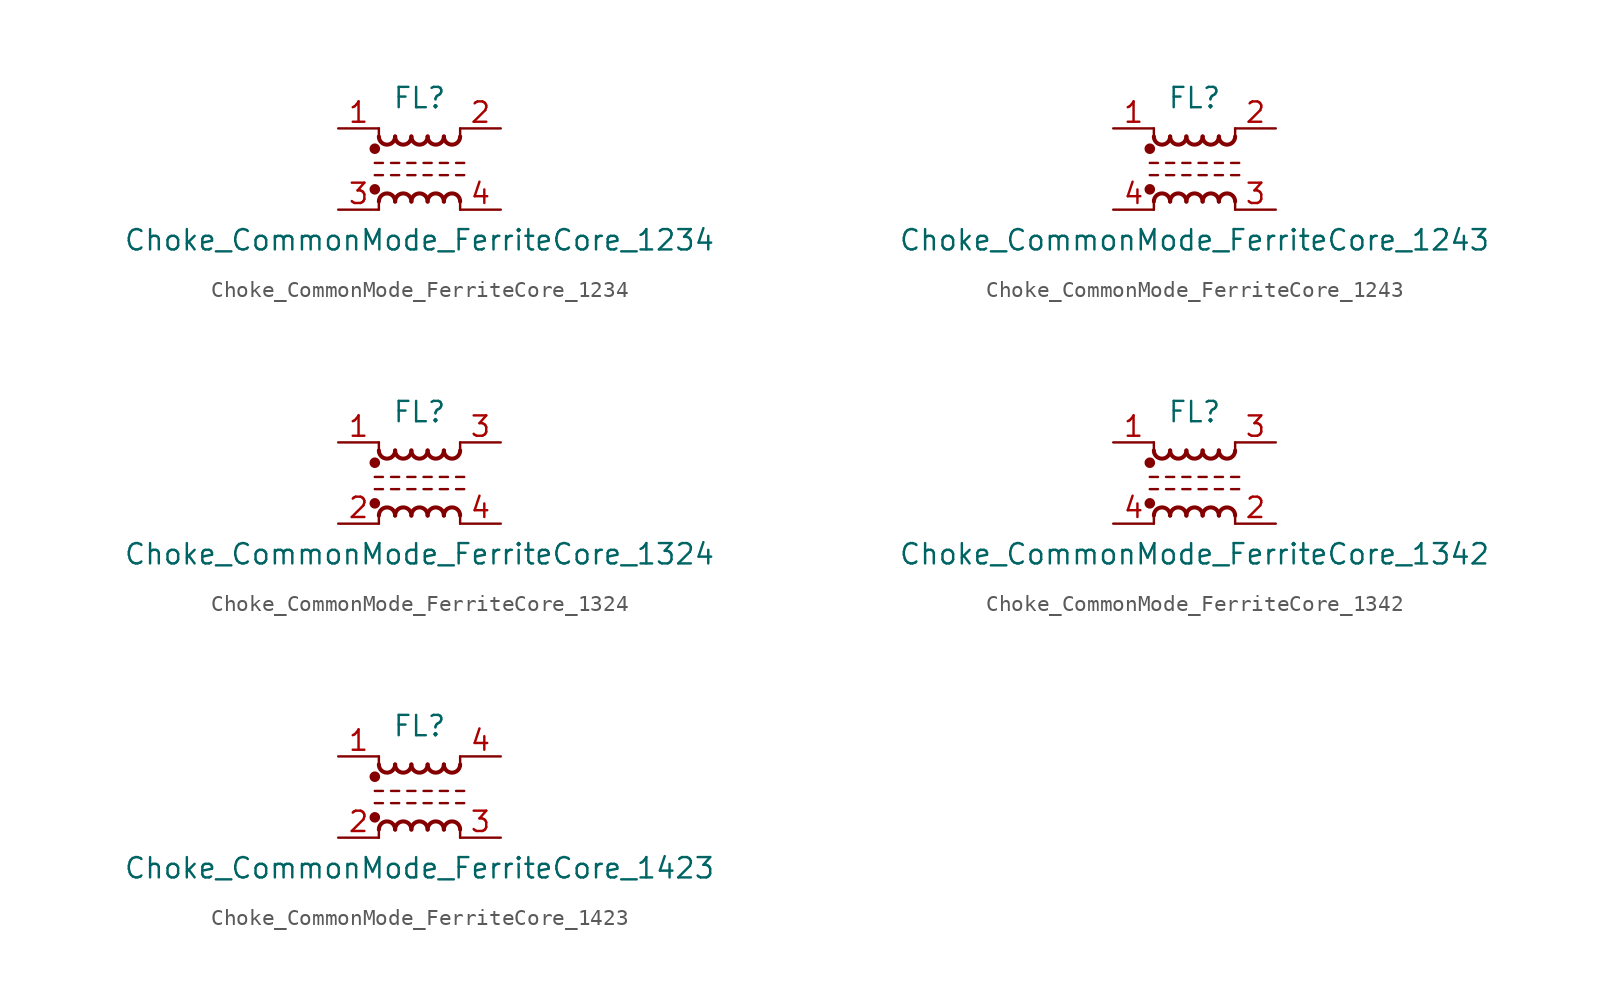
<source format=kicad_sym>
(kicad_symbol_lib
  (version 20241209)
  (generator "kicad_symbol_editor")
  (generator_version "9.0")
  (symbol "Choke_CommonMode_FerriteCore_1234"
    (pin_names
      (offset 0.254)
      (hide yes))
    (property "Reference" "FL"
      (at 0 4.445 0)
      (effects (font (size 1.27 1.27))))
    (property "Value" "Choke_CommonMode_FerriteCore_1234"
      (at 0 -4.445 0)
      (effects (font (size 1.27 1.27))))
    (symbol "Choke_CommonMode_FerriteCore_1234_0_1"
      (circle (center -2.794 1.27) (radius 0.254) (stroke (width 0) (type default)) (fill (type outline)))
      (polyline (pts (xy -2.794 0.381) (xy -2.286 0.381)) (stroke (width 0) (type default)) (fill (type none)))
      (polyline (pts (xy -2.794 -0.381) (xy -2.286 -0.381)) (stroke (width 0) (type default)) (fill (type none)))
      (circle (center -2.794 -1.27) (radius 0.254) (stroke (width 0) (type default)) (fill (type outline)))
      (polyline (pts (xy -2.54 2.032) (xy -2.54 2.54)) (stroke (width 0) (type default)) (fill (type none)))
      (polyline (pts (xy -2.54 -2.032) (xy -2.54 -2.54)) (stroke (width 0) (type default)) (fill (type none)))
      (arc (start -1.524 2.032) (mid -2.032 1.5262) (end -2.54 2.032) (stroke (width 0.254) (type default)) (fill (type none)))
      (arc (start -2.54 -2.032) (mid -2.032 -1.5262) (end -1.524 -2.032) (stroke (width 0.254) (type default)) (fill (type none)))
      (polyline (pts (xy -1.778 0.381) (xy -1.27 0.381)) (stroke (width 0) (type default)) (fill (type none)))
      (polyline (pts (xy -1.778 -0.381) (xy -1.27 -0.381)) (stroke (width 0) (type default)) (fill (type none)))
      (arc (start -0.508 2.032) (mid -1.016 1.5262) (end -1.524 2.032) (stroke (width 0.254) (type default)) (fill (type none)))
      (arc (start -1.524 -2.032) (mid -1.016 -1.5262) (end -0.508 -2.032) (stroke (width 0.254) (type default)) (fill (type none)))
      (polyline (pts (xy -0.762 0.381) (xy -0.254 0.381)) (stroke (width 0) (type default)) (fill (type none)))
      (polyline (pts (xy -0.762 -0.381) (xy -0.254 -0.381)) (stroke (width 0) (type default)) (fill (type none)))
      (arc (start 0.508 2.032) (mid 0 1.5262) (end -0.508 2.032) (stroke (width 0.254) (type default)) (fill (type none)))
      (arc (start -0.508 -2.032) (mid 0 -1.5262) (end 0.508 -2.032) (stroke (width 0.254) (type default)) (fill (type none)))
      (polyline (pts (xy 0.254 0.381) (xy 0.762 0.381)) (stroke (width 0) (type default)) (fill (type none)))
      (polyline (pts (xy 0.254 -0.381) (xy 0.762 -0.381)) (stroke (width 0) (type default)) (fill (type none)))
      (arc (start 1.524 2.032) (mid 1.016 1.5262) (end 0.508 2.032) (stroke (width 0.254) (type default)) (fill (type none)))
      (arc (start 0.508 -2.032) (mid 1.016 -1.5262) (end 1.524 -2.032) (stroke (width 0.254) (type default)) (fill (type none)))
      (polyline (pts (xy 1.27 0.381) (xy 1.778 0.381)) (stroke (width 0) (type default)) (fill (type none)))
      (polyline (pts (xy 1.27 -0.381) (xy 1.778 -0.381)) (stroke (width 0) (type default)) (fill (type none)))
      (arc (start 2.54 2.032) (mid 2.032 1.5262) (end 1.524 2.032) (stroke (width 0.254) (type default)) (fill (type none)))
      (arc (start 1.524 -2.032) (mid 2.032 -1.5262) (end 2.54 -2.032) (stroke (width 0.254) (type default)) (fill (type none)))
      (polyline (pts (xy 2.286 0.381) (xy 2.794 0.381)) (stroke (width 0) (type default)) (fill (type none)))
      (polyline (pts (xy 2.286 -0.381) (xy 2.794 -0.381)) (stroke (width 0) (type default)) (fill (type none)))
      (polyline (pts (xy 2.54 2.54) (xy 2.54 2.032)) (stroke (width 0) (type default)) (fill (type none)))
      (polyline (pts (xy 2.54 -2.032) (xy 2.54 -2.54)) (stroke (width 0) (type default)) (fill (type none))))
    (symbol "Choke_CommonMode_FerriteCore_1234_1_1"
      (pin passive line (at -5.08 2.54 0) (length 2.54) (name "1" (effects (font (size 1.27 1.27)))) (number "1" (effects (font (size 1.27 1.27)))))
      (pin passive line (at -5.08 -2.54 0) (length 2.54) (name "3" (effects (font (size 1.27 1.27)))) (number "3" (effects (font (size 1.27 1.27)))))
      (pin passive line (at 5.08 2.54 180) (length 2.54) (name "2" (effects (font (size 1.27 1.27)))) (number "2" (effects (font (size 1.27 1.27)))))
      (pin passive line (at 5.08 -2.54 180) (length 2.54) (name "4" (effects (font (size 1.27 1.27)))) (number "4" (effects (font (size 1.27 1.27)))))))
  (symbol "Choke_CommonMode_FerriteCore_1243"
    (pin_names
      (offset 0.254)
      (hide yes))
    (property "Reference" "FL"
      (at 0 4.445 0)
      (effects (font (size 1.27 1.27))))
    (property "Value" "Choke_CommonMode_FerriteCore_1243"
      (at 0 -4.445 0)
      (effects (font (size 1.27 1.27))))
    (symbol "Choke_CommonMode_FerriteCore_1243_0_1"
      (circle (center -2.794 1.27) (radius 0.254) (stroke (width 0) (type default)) (fill (type outline)))
      (polyline (pts (xy -2.794 0.381) (xy -2.286 0.381)) (stroke (width 0) (type default)) (fill (type none)))
      (polyline (pts (xy -2.794 -0.381) (xy -2.286 -0.381)) (stroke (width 0) (type default)) (fill (type none)))
      (circle (center -2.794 -1.27) (radius 0.254) (stroke (width 0) (type default)) (fill (type outline)))
      (polyline (pts (xy -2.54 2.032) (xy -2.54 2.54)) (stroke (width 0) (type default)) (fill (type none)))
      (polyline (pts (xy -2.54 -2.032) (xy -2.54 -2.54)) (stroke (width 0) (type default)) (fill (type none)))
      (arc (start -1.524 2.032) (mid -2.032 1.5262) (end -2.54 2.032) (stroke (width 0.254) (type default)) (fill (type none)))
      (arc (start -2.54 -2.032) (mid -2.032 -1.5262) (end -1.524 -2.032) (stroke (width 0.254) (type default)) (fill (type none)))
      (polyline (pts (xy -1.778 0.381) (xy -1.27 0.381)) (stroke (width 0) (type default)) (fill (type none)))
      (polyline (pts (xy -1.778 -0.381) (xy -1.27 -0.381)) (stroke (width 0) (type default)) (fill (type none)))
      (arc (start -0.508 2.032) (mid -1.016 1.5262) (end -1.524 2.032) (stroke (width 0.254) (type default)) (fill (type none)))
      (arc (start -1.524 -2.032) (mid -1.016 -1.5262) (end -0.508 -2.032) (stroke (width 0.254) (type default)) (fill (type none)))
      (polyline (pts (xy -0.762 0.381) (xy -0.254 0.381)) (stroke (width 0) (type default)) (fill (type none)))
      (polyline (pts (xy -0.762 -0.381) (xy -0.254 -0.381)) (stroke (width 0) (type default)) (fill (type none)))
      (arc (start 0.508 2.032) (mid 0 1.5262) (end -0.508 2.032) (stroke (width 0.254) (type default)) (fill (type none)))
      (arc (start -0.508 -2.032) (mid 0 -1.5262) (end 0.508 -2.032) (stroke (width 0.254) (type default)) (fill (type none)))
      (polyline (pts (xy 0.254 0.381) (xy 0.762 0.381)) (stroke (width 0) (type default)) (fill (type none)))
      (polyline (pts (xy 0.254 -0.381) (xy 0.762 -0.381)) (stroke (width 0) (type default)) (fill (type none)))
      (arc (start 1.524 2.032) (mid 1.016 1.5262) (end 0.508 2.032) (stroke (width 0.254) (type default)) (fill (type none)))
      (arc (start 0.508 -2.032) (mid 1.016 -1.5262) (end 1.524 -2.032) (stroke (width 0.254) (type default)) (fill (type none)))
      (polyline (pts (xy 1.27 0.381) (xy 1.778 0.381)) (stroke (width 0) (type default)) (fill (type none)))
      (polyline (pts (xy 1.27 -0.381) (xy 1.778 -0.381)) (stroke (width 0) (type default)) (fill (type none)))
      (arc (start 2.54 2.032) (mid 2.032 1.5262) (end 1.524 2.032) (stroke (width 0.254) (type default)) (fill (type none)))
      (arc (start 1.524 -2.032) (mid 2.032 -1.5262) (end 2.54 -2.032) (stroke (width 0.254) (type default)) (fill (type none)))
      (polyline (pts (xy 2.286 0.381) (xy 2.794 0.381)) (stroke (width 0) (type default)) (fill (type none)))
      (polyline (pts (xy 2.286 -0.381) (xy 2.794 -0.381)) (stroke (width 0) (type default)) (fill (type none)))
      (polyline (pts (xy 2.54 2.54) (xy 2.54 2.032)) (stroke (width 0) (type default)) (fill (type none)))
      (polyline (pts (xy 2.54 -2.032) (xy 2.54 -2.54)) (stroke (width 0) (type default)) (fill (type none))))
    (symbol "Choke_CommonMode_FerriteCore_1243_1_1"
      (pin passive line (at -5.08 2.54 0) (length 2.54) (name "1" (effects (font (size 1.27 1.27)))) (number "1" (effects (font (size 1.27 1.27)))))
      (pin passive line (at -5.08 -2.54 0) (length 2.54) (name "4" (effects (font (size 1.27 1.27)))) (number "4" (effects (font (size 1.27 1.27)))))
      (pin passive line (at 5.08 2.54 180) (length 2.54) (name "2" (effects (font (size 1.27 1.27)))) (number "2" (effects (font (size 1.27 1.27)))))
      (pin passive line (at 5.08 -2.54 180) (length 2.54) (name "3" (effects (font (size 1.27 1.27)))) (number "3" (effects (font (size 1.27 1.27)))))))
  (symbol "Choke_CommonMode_FerriteCore_1324"
    (pin_names
      (offset 0.254)
      (hide yes))
    (property "Reference" "FL"
      (at 0 4.445 0)
      (effects (font (size 1.27 1.27))))
    (property "Value" "Choke_CommonMode_FerriteCore_1324"
      (at 0 -4.445 0)
      (effects (font (size 1.27 1.27))))
    (symbol "Choke_CommonMode_FerriteCore_1324_0_1"
      (circle (center -2.794 1.27) (radius 0.254) (stroke (width 0) (type default)) (fill (type outline)))
      (polyline (pts (xy -2.794 0.381) (xy -2.286 0.381)) (stroke (width 0) (type default)) (fill (type none)))
      (polyline (pts (xy -2.794 -0.381) (xy -2.286 -0.381)) (stroke (width 0) (type default)) (fill (type none)))
      (circle (center -2.794 -1.27) (radius 0.254) (stroke (width 0) (type default)) (fill (type outline)))
      (polyline (pts (xy -2.54 2.032) (xy -2.54 2.54)) (stroke (width 0) (type default)) (fill (type none)))
      (polyline (pts (xy -2.54 -2.032) (xy -2.54 -2.54)) (stroke (width 0) (type default)) (fill (type none)))
      (arc (start -1.524 2.032) (mid -2.032 1.5262) (end -2.54 2.032) (stroke (width 0.254) (type default)) (fill (type none)))
      (arc (start -2.54 -2.032) (mid -2.032 -1.5262) (end -1.524 -2.032) (stroke (width 0.254) (type default)) (fill (type none)))
      (polyline (pts (xy -1.778 0.381) (xy -1.27 0.381)) (stroke (width 0) (type default)) (fill (type none)))
      (polyline (pts (xy -1.778 -0.381) (xy -1.27 -0.381)) (stroke (width 0) (type default)) (fill (type none)))
      (arc (start -0.508 2.032) (mid -1.016 1.5262) (end -1.524 2.032) (stroke (width 0.254) (type default)) (fill (type none)))
      (arc (start -1.524 -2.032) (mid -1.016 -1.5262) (end -0.508 -2.032) (stroke (width 0.254) (type default)) (fill (type none)))
      (polyline (pts (xy -0.762 0.381) (xy -0.254 0.381)) (stroke (width 0) (type default)) (fill (type none)))
      (polyline (pts (xy -0.762 -0.381) (xy -0.254 -0.381)) (stroke (width 0) (type default)) (fill (type none)))
      (arc (start 0.508 2.032) (mid 0 1.5262) (end -0.508 2.032) (stroke (width 0.254) (type default)) (fill (type none)))
      (arc (start -0.508 -2.032) (mid 0 -1.5262) (end 0.508 -2.032) (stroke (width 0.254) (type default)) (fill (type none)))
      (polyline (pts (xy 0.254 0.381) (xy 0.762 0.381)) (stroke (width 0) (type default)) (fill (type none)))
      (polyline (pts (xy 0.254 -0.381) (xy 0.762 -0.381)) (stroke (width 0) (type default)) (fill (type none)))
      (arc (start 1.524 2.032) (mid 1.016 1.5262) (end 0.508 2.032) (stroke (width 0.254) (type default)) (fill (type none)))
      (arc (start 0.508 -2.032) (mid 1.016 -1.5262) (end 1.524 -2.032) (stroke (width 0.254) (type default)) (fill (type none)))
      (polyline (pts (xy 1.27 0.381) (xy 1.778 0.381)) (stroke (width 0) (type default)) (fill (type none)))
      (polyline (pts (xy 1.27 -0.381) (xy 1.778 -0.381)) (stroke (width 0) (type default)) (fill (type none)))
      (arc (start 2.54 2.032) (mid 2.032 1.5262) (end 1.524 2.032) (stroke (width 0.254) (type default)) (fill (type none)))
      (arc (start 1.524 -2.032) (mid 2.032 -1.5262) (end 2.54 -2.032) (stroke (width 0.254) (type default)) (fill (type none)))
      (polyline (pts (xy 2.286 0.381) (xy 2.794 0.381)) (stroke (width 0) (type default)) (fill (type none)))
      (polyline (pts (xy 2.286 -0.381) (xy 2.794 -0.381)) (stroke (width 0) (type default)) (fill (type none)))
      (polyline (pts (xy 2.54 2.54) (xy 2.54 2.032)) (stroke (width 0) (type default)) (fill (type none)))
      (polyline (pts (xy 2.54 -2.032) (xy 2.54 -2.54)) (stroke (width 0) (type default)) (fill (type none))))
    (symbol "Choke_CommonMode_FerriteCore_1324_1_1"
      (pin passive line (at -5.08 2.54 0) (length 2.54) (name "1" (effects (font (size 1.27 1.27)))) (number "1" (effects (font (size 1.27 1.27)))))
      (pin passive line (at -5.08 -2.54 0) (length 2.54) (name "2" (effects (font (size 1.27 1.27)))) (number "2" (effects (font (size 1.27 1.27)))))
      (pin passive line (at 5.08 2.54 180) (length 2.54) (name "3" (effects (font (size 1.27 1.27)))) (number "3" (effects (font (size 1.27 1.27)))))
      (pin passive line (at 5.08 -2.54 180) (length 2.54) (name "4" (effects (font (size 1.27 1.27)))) (number "4" (effects (font (size 1.27 1.27)))))))
  (symbol "Choke_CommonMode_FerriteCore_1342"
    (pin_names
      (offset 0.254)
      (hide yes))
    (property "Reference" "FL"
      (at 0 4.445 0)
      (effects (font (size 1.27 1.27))))
    (property "Value" "Choke_CommonMode_FerriteCore_1342"
      (at 0 -4.445 0)
      (effects (font (size 1.27 1.27))))
    (symbol "Choke_CommonMode_FerriteCore_1342_0_1"
      (circle (center -2.794 1.27) (radius 0.254) (stroke (width 0) (type default)) (fill (type outline)))
      (polyline (pts (xy -2.794 0.381) (xy -2.286 0.381)) (stroke (width 0) (type default)) (fill (type none)))
      (polyline (pts (xy -2.794 -0.381) (xy -2.286 -0.381)) (stroke (width 0) (type default)) (fill (type none)))
      (circle (center -2.794 -1.27) (radius 0.254) (stroke (width 0) (type default)) (fill (type outline)))
      (polyline (pts (xy -2.54 2.032) (xy -2.54 2.54)) (stroke (width 0) (type default)) (fill (type none)))
      (polyline (pts (xy -2.54 -2.032) (xy -2.54 -2.54)) (stroke (width 0) (type default)) (fill (type none)))
      (arc (start -1.524 2.032) (mid -2.032 1.5262) (end -2.54 2.032) (stroke (width 0.254) (type default)) (fill (type none)))
      (arc (start -2.54 -2.032) (mid -2.032 -1.5262) (end -1.524 -2.032) (stroke (width 0.254) (type default)) (fill (type none)))
      (polyline (pts (xy -1.778 0.381) (xy -1.27 0.381)) (stroke (width 0) (type default)) (fill (type none)))
      (polyline (pts (xy -1.778 -0.381) (xy -1.27 -0.381)) (stroke (width 0) (type default)) (fill (type none)))
      (arc (start -0.508 2.032) (mid -1.016 1.5262) (end -1.524 2.032) (stroke (width 0.254) (type default)) (fill (type none)))
      (arc (start -1.524 -2.032) (mid -1.016 -1.5262) (end -0.508 -2.032) (stroke (width 0.254) (type default)) (fill (type none)))
      (polyline (pts (xy -0.762 0.381) (xy -0.254 0.381)) (stroke (width 0) (type default)) (fill (type none)))
      (polyline (pts (xy -0.762 -0.381) (xy -0.254 -0.381)) (stroke (width 0) (type default)) (fill (type none)))
      (arc (start 0.508 2.032) (mid 0 1.5262) (end -0.508 2.032) (stroke (width 0.254) (type default)) (fill (type none)))
      (arc (start -0.508 -2.032) (mid 0 -1.5262) (end 0.508 -2.032) (stroke (width 0.254) (type default)) (fill (type none)))
      (polyline (pts (xy 0.254 0.381) (xy 0.762 0.381)) (stroke (width 0) (type default)) (fill (type none)))
      (polyline (pts (xy 0.254 -0.381) (xy 0.762 -0.381)) (stroke (width 0) (type default)) (fill (type none)))
      (arc (start 1.524 2.032) (mid 1.016 1.5262) (end 0.508 2.032) (stroke (width 0.254) (type default)) (fill (type none)))
      (arc (start 0.508 -2.032) (mid 1.016 -1.5262) (end 1.524 -2.032) (stroke (width 0.254) (type default)) (fill (type none)))
      (polyline (pts (xy 1.27 0.381) (xy 1.778 0.381)) (stroke (width 0) (type default)) (fill (type none)))
      (polyline (pts (xy 1.27 -0.381) (xy 1.778 -0.381)) (stroke (width 0) (type default)) (fill (type none)))
      (arc (start 2.54 2.032) (mid 2.032 1.5262) (end 1.524 2.032) (stroke (width 0.254) (type default)) (fill (type none)))
      (arc (start 1.524 -2.032) (mid 2.032 -1.5262) (end 2.54 -2.032) (stroke (width 0.254) (type default)) (fill (type none)))
      (polyline (pts (xy 2.286 0.381) (xy 2.794 0.381)) (stroke (width 0) (type default)) (fill (type none)))
      (polyline (pts (xy 2.286 -0.381) (xy 2.794 -0.381)) (stroke (width 0) (type default)) (fill (type none)))
      (polyline (pts (xy 2.54 2.54) (xy 2.54 2.032)) (stroke (width 0) (type default)) (fill (type none)))
      (polyline (pts (xy 2.54 -2.032) (xy 2.54 -2.54)) (stroke (width 0) (type default)) (fill (type none))))
    (symbol "Choke_CommonMode_FerriteCore_1342_1_1"
      (pin passive line (at -5.08 2.54 0) (length 2.54) (name "1" (effects (font (size 1.27 1.27)))) (number "1" (effects (font (size 1.27 1.27)))))
      (pin passive line (at -5.08 -2.54 0) (length 2.54) (name "4" (effects (font (size 1.27 1.27)))) (number "4" (effects (font (size 1.27 1.27)))))
      (pin passive line (at 5.08 2.54 180) (length 2.54) (name "3" (effects (font (size 1.27 1.27)))) (number "3" (effects (font (size 1.27 1.27)))))
      (pin passive line (at 5.08 -2.54 180) (length 2.54) (name "2" (effects (font (size 1.27 1.27)))) (number "2" (effects (font (size 1.27 1.27)))))))
  (symbol "Choke_CommonMode_FerriteCore_1423"
    (pin_names
      (offset 0.254)
      (hide yes))
    (property "Reference" "FL"
      (at 0 4.445 0)
      (effects (font (size 1.27 1.27))))
    (property "Value" "Choke_CommonMode_FerriteCore_1423"
      (at 0 -4.445 0)
      (effects (font (size 1.27 1.27))))
    (symbol "Choke_CommonMode_FerriteCore_1423_0_1"
      (circle (center -2.794 1.27) (radius 0.254) (stroke (width 0) (type default)) (fill (type outline)))
      (polyline (pts (xy -2.794 0.381) (xy -2.286 0.381)) (stroke (width 0) (type default)) (fill (type none)))
      (polyline (pts (xy -2.794 -0.381) (xy -2.286 -0.381)) (stroke (width 0) (type default)) (fill (type none)))
      (circle (center -2.794 -1.27) (radius 0.254) (stroke (width 0) (type default)) (fill (type outline)))
      (polyline (pts (xy -2.54 2.032) (xy -2.54 2.54)) (stroke (width 0) (type default)) (fill (type none)))
      (polyline (pts (xy -2.54 -2.032) (xy -2.54 -2.54)) (stroke (width 0) (type default)) (fill (type none)))
      (arc (start -1.524 2.032) (mid -2.032 1.5262) (end -2.54 2.032) (stroke (width 0.254) (type default)) (fill (type none)))
      (arc (start -2.54 -2.032) (mid -2.032 -1.5262) (end -1.524 -2.032) (stroke (width 0.254) (type default)) (fill (type none)))
      (polyline (pts (xy -1.778 0.381) (xy -1.27 0.381)) (stroke (width 0) (type default)) (fill (type none)))
      (polyline (pts (xy -1.778 -0.381) (xy -1.27 -0.381)) (stroke (width 0) (type default)) (fill (type none)))
      (arc (start -0.508 2.032) (mid -1.016 1.5262) (end -1.524 2.032) (stroke (width 0.254) (type default)) (fill (type none)))
      (arc (start -1.524 -2.032) (mid -1.016 -1.5262) (end -0.508 -2.032) (stroke (width 0.254) (type default)) (fill (type none)))
      (polyline (pts (xy -0.762 0.381) (xy -0.254 0.381)) (stroke (width 0) (type default)) (fill (type none)))
      (polyline (pts (xy -0.762 -0.381) (xy -0.254 -0.381)) (stroke (width 0) (type default)) (fill (type none)))
      (arc (start 0.508 2.032) (mid 0 1.5262) (end -0.508 2.032) (stroke (width 0.254) (type default)) (fill (type none)))
      (arc (start -0.508 -2.032) (mid 0 -1.5262) (end 0.508 -2.032) (stroke (width 0.254) (type default)) (fill (type none)))
      (polyline (pts (xy 0.254 0.381) (xy 0.762 0.381)) (stroke (width 0) (type default)) (fill (type none)))
      (polyline (pts (xy 0.254 -0.381) (xy 0.762 -0.381)) (stroke (width 0) (type default)) (fill (type none)))
      (arc (start 1.524 2.032) (mid 1.016 1.5262) (end 0.508 2.032) (stroke (width 0.254) (type default)) (fill (type none)))
      (arc (start 0.508 -2.032) (mid 1.016 -1.5262) (end 1.524 -2.032) (stroke (width 0.254) (type default)) (fill (type none)))
      (polyline (pts (xy 1.27 0.381) (xy 1.778 0.381)) (stroke (width 0) (type default)) (fill (type none)))
      (polyline (pts (xy 1.27 -0.381) (xy 1.778 -0.381)) (stroke (width 0) (type default)) (fill (type none)))
      (arc (start 2.54 2.032) (mid 2.032 1.5262) (end 1.524 2.032) (stroke (width 0.254) (type default)) (fill (type none)))
      (arc (start 1.524 -2.032) (mid 2.032 -1.5262) (end 2.54 -2.032) (stroke (width 0.254) (type default)) (fill (type none)))
      (polyline (pts (xy 2.286 0.381) (xy 2.794 0.381)) (stroke (width 0) (type default)) (fill (type none)))
      (polyline (pts (xy 2.286 -0.381) (xy 2.794 -0.381)) (stroke (width 0) (type default)) (fill (type none)))
      (polyline (pts (xy 2.54 2.54) (xy 2.54 2.032)) (stroke (width 0) (type default)) (fill (type none)))
      (polyline (pts (xy 2.54 -2.032) (xy 2.54 -2.54)) (stroke (width 0) (type default)) (fill (type none))))
    (symbol "Choke_CommonMode_FerriteCore_1423_1_1"
      (pin passive line (at -5.08 2.54 0) (length 2.54) (name "1" (effects (font (size 1.27 1.27)))) (number "1" (effects (font (size 1.27 1.27)))))
      (pin passive line (at -5.08 -2.54 0) (length 2.54) (name "2" (effects (font (size 1.27 1.27)))) (number "2" (effects (font (size 1.27 1.27)))))
      (pin passive line (at 5.08 2.54 180) (length 2.54) (name "4" (effects (font (size 1.27 1.27)))) (number "4" (effects (font (size 1.27 1.27)))))
      (pin passive line (at 5.08 -2.54 180) (length 2.54) (name "3" (effects (font (size 1.27 1.27)))) (number "3" (effects (font (size 1.27 1.27))))))))
</source>
